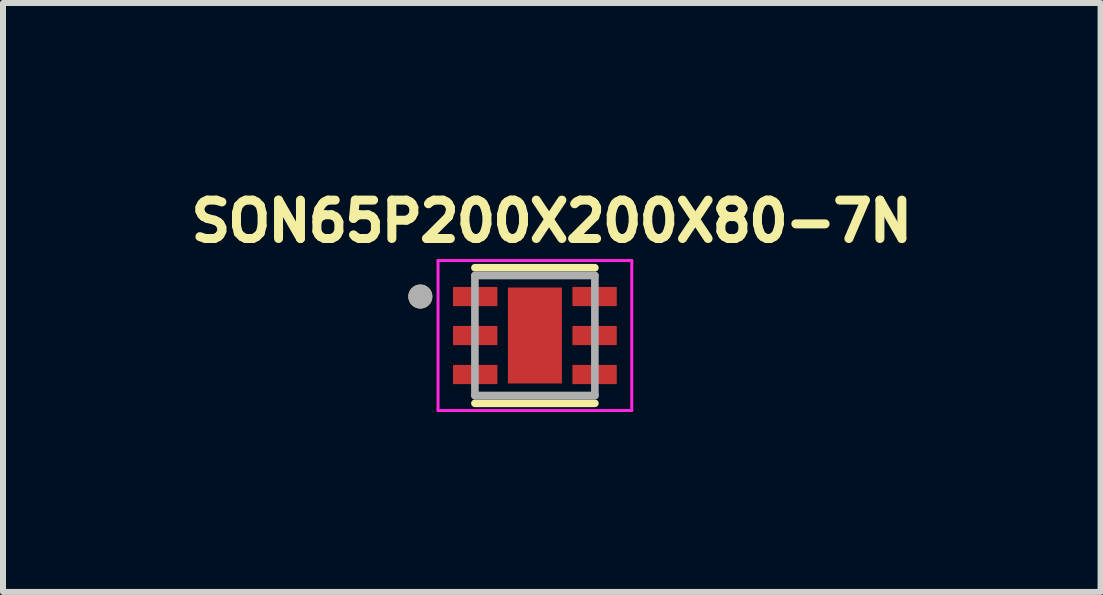
<source format=kicad_pcb>
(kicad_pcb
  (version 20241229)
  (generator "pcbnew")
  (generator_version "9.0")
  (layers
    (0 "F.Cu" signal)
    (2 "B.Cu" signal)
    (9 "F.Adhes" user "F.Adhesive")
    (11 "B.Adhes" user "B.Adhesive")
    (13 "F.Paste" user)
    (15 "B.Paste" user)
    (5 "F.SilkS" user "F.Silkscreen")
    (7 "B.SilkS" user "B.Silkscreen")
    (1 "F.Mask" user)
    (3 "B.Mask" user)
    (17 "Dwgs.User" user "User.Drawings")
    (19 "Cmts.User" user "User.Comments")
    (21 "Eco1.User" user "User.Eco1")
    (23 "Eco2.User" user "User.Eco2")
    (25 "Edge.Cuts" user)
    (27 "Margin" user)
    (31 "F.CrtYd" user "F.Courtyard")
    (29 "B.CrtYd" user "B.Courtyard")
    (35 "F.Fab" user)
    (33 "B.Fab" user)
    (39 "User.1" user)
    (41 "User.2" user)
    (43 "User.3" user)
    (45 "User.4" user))
  (footprint "SON65P200X200X80-7N"
    (layer "F.Cu")
    (at 5.868 2.544)
    (property "Reference" "SON65P200X200X80-7N" (at 0.282 -1.906 0) (layer "F.SilkS") (effects (font (size 0.64 0.64) (thickness 0.15))))
    (attr smd)
    (fp_poly (pts (xy -1.415 -0.86) (xy -0.575 -0.86) (xy -0.575 -0.44) (xy -1.415 -0.44)) (stroke (width 0.01) (type solid)) (fill yes) (layer "F.Mask"))
    (fp_poly (pts (xy -1.415 -0.21) (xy -0.575 -0.21) (xy -0.575 0.21) (xy -1.415 0.21)) (stroke (width 0.01) (type solid)) (fill yes) (layer "F.Mask"))
    (fp_poly (pts (xy -1.415 0.44) (xy -0.575 0.44) (xy -0.575 0.86) (xy -1.415 0.86)) (stroke (width 0.01) (type solid)) (fill yes) (layer "F.Mask"))
    (fp_poly (pts (xy -0.5 -0.85) (xy 0.5 -0.85) (xy 0.5 0.85) (xy -0.5 0.85)) (stroke (width 0.01) (type solid)) (fill yes) (layer "F.Mask"))
    (fp_poly (pts (xy 0.575 -0.86) (xy 1.415 -0.86) (xy 1.415 -0.44) (xy 0.575 -0.44)) (stroke (width 0.01) (type solid)) (fill yes) (layer "F.Mask"))
    (fp_poly (pts (xy 0.575 -0.21) (xy 1.415 -0.21) (xy 1.415 0.21) (xy 0.575 0.21)) (stroke (width 0.01) (type solid)) (fill yes) (layer "F.Mask"))
    (fp_poly (pts (xy 0.575 0.44) (xy 1.415 0.44) (xy 1.415 0.86) (xy 0.575 0.86)) (stroke (width 0.01) (type solid)) (fill yes) (layer "F.Mask"))
    (fp_line (start -1 -1.13) (end 1 -1.13) (stroke (width 0.127) (type solid)) (layer "F.SilkS"))
    (fp_line (start -1 1.13) (end 1 1.13) (stroke (width 0.127) (type solid)) (layer "F.SilkS"))
    (fp_circle (center -1.91 -0.65) (end -1.81 -0.65) (stroke (width 0.2) (type solid)) (fill no) (layer "F.SilkS"))
    (fp_poly (pts (xy -0.285 -0.506) (xy 0.285 -0.506) (xy 0.285 0.506) (xy -0.285 0.506)) (stroke (width 0.01) (type solid)) (fill yes) (layer "F.Paste"))
    (fp_line (start -1.615 -1.25) (end -1.615 1.25) (stroke (width 0.05) (type solid)) (layer "F.CrtYd"))
    (fp_line (start -1.615 -1.25) (end 1.615 -1.25) (stroke (width 0.05) (type solid)) (layer "F.CrtYd"))
    (fp_line (start -1.615 1.25) (end 1.615 1.25) (stroke (width 0.05) (type solid)) (layer "F.CrtYd"))
    (fp_line (start 1.615 -1.25) (end 1.615 1.25) (stroke (width 0.05) (type solid)) (layer "F.CrtYd"))
    (fp_line (start -1 -1) (end -1 1) (stroke (width 0.127) (type solid)) (layer "F.Fab"))
    (fp_line (start -1 -1) (end 1 -1) (stroke (width 0.127) (type solid)) (layer "F.Fab"))
    (fp_line (start -1 1) (end 1 1) (stroke (width 0.127) (type solid)) (layer "F.Fab"))
    (fp_line (start 1 -1) (end 1 1) (stroke (width 0.127) (type solid)) (layer "F.Fab"))
    (fp_circle (center -1.91 -0.65) (end -1.81 -0.65) (stroke (width 0.2) (type solid)) (fill no) (layer "F.Fab"))
    (pad "1" smd rect (at -0.995 -0.65) (size 0.74 0.32) (layers "F.Cu" "F.Paste"))
    (pad "2" smd rect (at -0.995 0) (size 0.74 0.32) (layers "F.Cu" "F.Paste"))
    (pad "3" smd rect (at -0.995 0.65) (size 0.74 0.32) (layers "F.Cu" "F.Paste"))
    (pad "4" smd rect (at 0.995 0.65) (size 0.74 0.32) (layers "F.Cu" "F.Paste"))
    (pad "5" smd rect (at 0.995 0) (size 0.74 0.32) (layers "F.Cu" "F.Paste"))
    (pad "6" smd rect (at 0.995 -0.65) (size 0.74 0.32) (layers "F.Cu" "F.Paste"))
    (pad "7" smd rect (at 0 0) (size 0.9 1.6) (layers "F.Cu")))
  (gr_rect
    (start -3 -3)
    (end 15.299 6.819)
    (stroke (width 0.1) (type default))
    (fill no)
    (layer "Edge.Cuts")))
</source>
